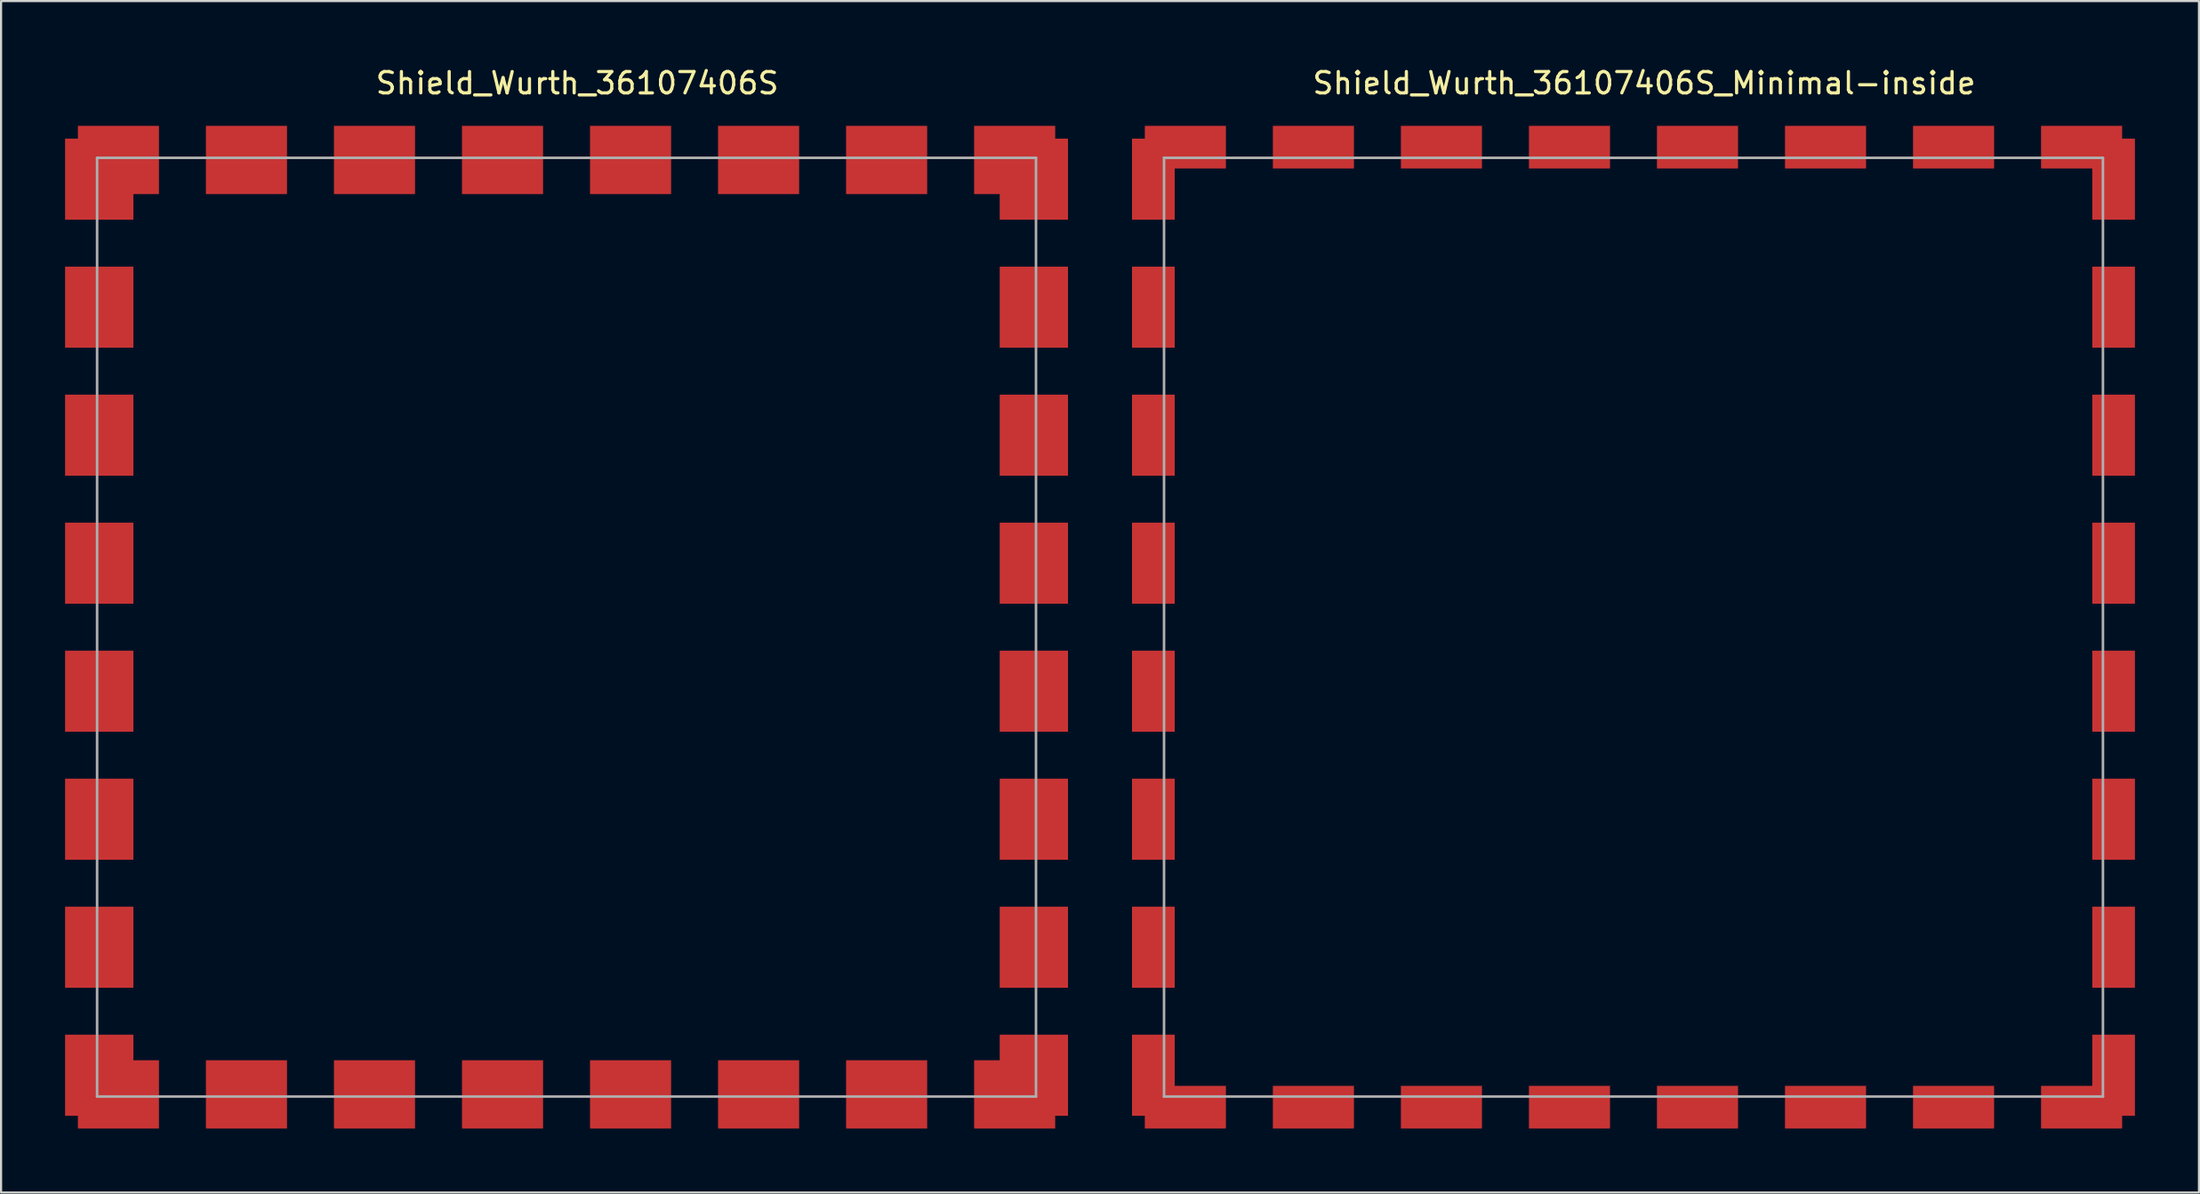
<source format=kicad_pcb>
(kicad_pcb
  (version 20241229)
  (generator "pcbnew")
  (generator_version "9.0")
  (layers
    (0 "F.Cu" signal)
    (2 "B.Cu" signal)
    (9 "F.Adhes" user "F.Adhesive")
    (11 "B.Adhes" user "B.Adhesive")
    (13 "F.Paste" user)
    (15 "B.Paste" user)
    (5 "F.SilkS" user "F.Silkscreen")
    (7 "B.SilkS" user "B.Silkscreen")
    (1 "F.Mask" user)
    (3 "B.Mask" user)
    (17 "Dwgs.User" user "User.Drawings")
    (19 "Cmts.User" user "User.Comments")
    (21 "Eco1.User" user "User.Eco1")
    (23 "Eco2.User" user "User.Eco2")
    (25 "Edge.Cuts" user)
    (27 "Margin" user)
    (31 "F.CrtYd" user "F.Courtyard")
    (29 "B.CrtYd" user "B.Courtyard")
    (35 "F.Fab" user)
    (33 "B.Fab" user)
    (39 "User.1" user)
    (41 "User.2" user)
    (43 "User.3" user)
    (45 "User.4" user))
  (footprint "Shield_Wurth_36107406S"
    (layer "F.Cu")
    (at 23.5 26.348)
    (property "Reference" "Shield_Wurth_36107406S" (at 0.5 -25.5 0) (layer "F.SilkS") (effects (font (size 1 1) (thickness 0.15))))
    (attr smd)
    (fp_line (start -22 -22) (end -22 22) (stroke (width 0.12) (type solid)) (layer "F.Fab"))
    (fp_line (start -22 22) (end 22 22) (stroke (width 0.12) (type solid)) (layer "F.Fab"))
    (fp_line (start 22 -22) (end -22 -22) (stroke (width 0.12) (type solid)) (layer "F.Fab"))
    (fp_line (start 22 22) (end 22 -22) (stroke (width 0.12) (type solid)) (layer "F.Fab"))
    (pad "1" smd rect (at -21.9 -21 90) (size 3.8 3.2) (layers "F.Cu" "F.Mask" "F.Paste"))
    (pad "1" smd rect (at -21.9 -15 90) (size 3.8 3.2) (layers "F.Cu" "F.Mask" "F.Paste"))
    (pad "1" smd rect (at -21.9 -9 90) (size 3.8 3.2) (layers "F.Cu" "F.Mask" "F.Paste"))
    (pad "1" smd rect (at -21.9 -3 90) (size 3.8 3.2) (layers "F.Cu" "F.Mask" "F.Paste"))
    (pad "1" smd rect (at -21.9 3 90) (size 3.8 3.2) (layers "F.Cu" "F.Mask" "F.Paste"))
    (pad "1" smd rect (at -21.9 9 90) (size 3.8 3.2) (layers "F.Cu" "F.Mask" "F.Paste"))
    (pad "1" smd rect (at -21.9 15 90) (size 3.8 3.2) (layers "F.Cu" "F.Mask" "F.Paste"))
    (pad "1" smd rect (at -21.9 21 90) (size 3.8 3.2) (layers "F.Cu" "F.Mask" "F.Paste"))
    (pad "1" smd rect (at -21 -21.9) (size 3.8 3.2) (layers "F.Cu" "F.Mask" "F.Paste"))
    (pad "1" smd rect (at -21 21.9) (size 3.8 3.2) (layers "F.Cu" "F.Mask" "F.Paste"))
    (pad "1" smd rect (at -15 -21.9) (size 3.8 3.2) (layers "F.Cu" "F.Mask" "F.Paste"))
    (pad "1" smd rect (at -15 21.9) (size 3.8 3.2) (layers "F.Cu" "F.Mask" "F.Paste"))
    (pad "1" smd rect (at -9 -21.9) (size 3.8 3.2) (layers "F.Cu" "F.Mask" "F.Paste"))
    (pad "1" smd rect (at -9 21.9) (size 3.8 3.2) (layers "F.Cu" "F.Mask" "F.Paste"))
    (pad "1" smd rect (at -3 -21.9) (size 3.8 3.2) (layers "F.Cu" "F.Mask" "F.Paste"))
    (pad "1" smd rect (at -3 21.9) (size 3.8 3.2) (layers "F.Cu" "F.Mask" "F.Paste"))
    (pad "1" smd rect (at 3 -21.9) (size 3.8 3.2) (layers "F.Cu" "F.Mask" "F.Paste"))
    (pad "1" smd rect (at 3 21.9) (size 3.8 3.2) (layers "F.Cu" "F.Mask" "F.Paste"))
    (pad "1" smd rect (at 9 -21.9) (size 3.8 3.2) (layers "F.Cu" "F.Mask" "F.Paste"))
    (pad "1" smd rect (at 9 21.9) (size 3.8 3.2) (layers "F.Cu" "F.Mask" "F.Paste"))
    (pad "1" smd rect (at 15 -21.9) (size 3.8 3.2) (layers "F.Cu" "F.Mask" "F.Paste"))
    (pad "1" smd rect (at 15 21.9) (size 3.8 3.2) (layers "F.Cu" "F.Mask" "F.Paste"))
    (pad "1" smd rect (at 21 -21.9) (size 3.8 3.2) (layers "F.Cu" "F.Mask" "F.Paste"))
    (pad "1" smd rect (at 21 21.9) (size 3.8 3.2) (layers "F.Cu" "F.Mask" "F.Paste"))
    (pad "1" smd rect (at 21.9 -21 90) (size 3.8 3.2) (layers "F.Cu" "F.Mask" "F.Paste"))
    (pad "1" smd rect (at 21.9 -15 90) (size 3.8 3.2) (layers "F.Cu" "F.Mask" "F.Paste"))
    (pad "1" smd rect (at 21.9 -9 90) (size 3.8 3.2) (layers "F.Cu" "F.Mask" "F.Paste"))
    (pad "1" smd rect (at 21.9 -3 90) (size 3.8 3.2) (layers "F.Cu" "F.Mask" "F.Paste"))
    (pad "1" smd rect (at 21.9 3 90) (size 3.8 3.2) (layers "F.Cu" "F.Mask" "F.Paste"))
    (pad "1" smd rect (at 21.9 9 90) (size 3.8 3.2) (layers "F.Cu" "F.Mask" "F.Paste"))
    (pad "1" smd rect (at 21.9 15 90) (size 3.8 3.2) (layers "F.Cu" "F.Mask" "F.Paste"))
    (pad "1" smd rect (at 21.9 21 90) (size 3.8 3.2) (layers "F.Cu" "F.Mask" "F.Paste")))
  (footprint "Shield_Wurth_36107406S_Minimal-inside"
    (layer "F.Cu")
    (at 73.5 26.348)
    (property "Reference" "Shield_Wurth_36107406S_Minimal-inside" (at 0.5 -25.5 0) (layer "F.SilkS") (effects (font (size 1 1) (thickness 0.15))))
    (attr smd)
    (fp_line (start -22 -22) (end -22 22) (stroke (width 0.12) (type solid)) (layer "F.Fab"))
    (fp_line (start -22 22) (end 22 22) (stroke (width 0.12) (type solid)) (layer "F.Fab"))
    (fp_line (start 22 -22) (end -22 -22) (stroke (width 0.12) (type solid)) (layer "F.Fab"))
    (fp_line (start 22 22) (end 22 -22) (stroke (width 0.12) (type solid)) (layer "F.Fab"))
    (pad "1" smd rect (at -22.5 -21 90) (size 3.8 2) (layers "F.Cu" "F.Mask" "F.Paste"))
    (pad "1" smd rect (at -22.5 -15 90) (size 3.8 2) (layers "F.Cu" "F.Mask" "F.Paste"))
    (pad "1" smd rect (at -22.5 -9 90) (size 3.8 2) (layers "F.Cu" "F.Mask" "F.Paste"))
    (pad "1" smd rect (at -22.5 -3 90) (size 3.8 2) (layers "F.Cu" "F.Mask" "F.Paste"))
    (pad "1" smd rect (at -22.5 3 90) (size 3.8 2) (layers "F.Cu" "F.Mask" "F.Paste"))
    (pad "1" smd rect (at -22.5 9 90) (size 3.8 2) (layers "F.Cu" "F.Mask" "F.Paste"))
    (pad "1" smd rect (at -22.5 15 90) (size 3.8 2) (layers "F.Cu" "F.Mask" "F.Paste"))
    (pad "1" smd rect (at -22.5 21 90) (size 3.8 2) (layers "F.Cu" "F.Mask" "F.Paste"))
    (pad "1" smd rect (at -21 -22.5) (size 3.8 2) (layers "F.Cu" "F.Mask" "F.Paste"))
    (pad "1" smd rect (at -21 22.5) (size 3.8 2) (layers "F.Cu" "F.Mask" "F.Paste"))
    (pad "1" smd rect (at -15 -22.5) (size 3.8 2) (layers "F.Cu" "F.Mask" "F.Paste"))
    (pad "1" smd rect (at -15 22.5) (size 3.8 2) (layers "F.Cu" "F.Mask" "F.Paste"))
    (pad "1" smd rect (at -9 -22.5) (size 3.8 2) (layers "F.Cu" "F.Mask" "F.Paste"))
    (pad "1" smd rect (at -9 22.5) (size 3.8 2) (layers "F.Cu" "F.Mask" "F.Paste"))
    (pad "1" smd rect (at -3 -22.5) (size 3.8 2) (layers "F.Cu" "F.Mask" "F.Paste"))
    (pad "1" smd rect (at -3 22.5) (size 3.8 2) (layers "F.Cu" "F.Mask" "F.Paste"))
    (pad "1" smd rect (at 3 -22.5) (size 3.8 2) (layers "F.Cu" "F.Mask" "F.Paste"))
    (pad "1" smd rect (at 3 22.5) (size 3.8 2) (layers "F.Cu" "F.Mask" "F.Paste"))
    (pad "1" smd rect (at 9 -22.5) (size 3.8 2) (layers "F.Cu" "F.Mask" "F.Paste"))
    (pad "1" smd rect (at 9 22.5) (size 3.8 2) (layers "F.Cu" "F.Mask" "F.Paste"))
    (pad "1" smd rect (at 15 -22.5) (size 3.8 2) (layers "F.Cu" "F.Mask" "F.Paste"))
    (pad "1" smd rect (at 15 22.5) (size 3.8 2) (layers "F.Cu" "F.Mask" "F.Paste"))
    (pad "1" smd rect (at 21 -22.5) (size 3.8 2) (layers "F.Cu" "F.Mask" "F.Paste"))
    (pad "1" smd rect (at 21 22.5) (size 3.8 2) (layers "F.Cu" "F.Mask" "F.Paste"))
    (pad "1" smd rect (at 22.5 -21 90) (size 3.8 2) (layers "F.Cu" "F.Mask" "F.Paste"))
    (pad "1" smd rect (at 22.5 -15 90) (size 3.8 2) (layers "F.Cu" "F.Mask" "F.Paste"))
    (pad "1" smd rect (at 22.5 -9 90) (size 3.8 2) (layers "F.Cu" "F.Mask" "F.Paste"))
    (pad "1" smd rect (at 22.5 -3 90) (size 3.8 2) (layers "F.Cu" "F.Mask" "F.Paste"))
    (pad "1" smd rect (at 22.5 3 90) (size 3.8 2) (layers "F.Cu" "F.Mask" "F.Paste"))
    (pad "1" smd rect (at 22.5 9 90) (size 3.8 2) (layers "F.Cu" "F.Mask" "F.Paste"))
    (pad "1" smd rect (at 22.5 15 90) (size 3.8 2) (layers "F.Cu" "F.Mask" "F.Paste"))
    (pad "1" smd rect (at 22.5 21 90) (size 3.8 2) (layers "F.Cu" "F.Mask" "F.Paste")))
  (gr_rect
    (start -3 -3)
    (end 100 52.848)
    (stroke (width 0.1) (type default))
    (fill no)
    (layer "Edge.Cuts")))
</source>
